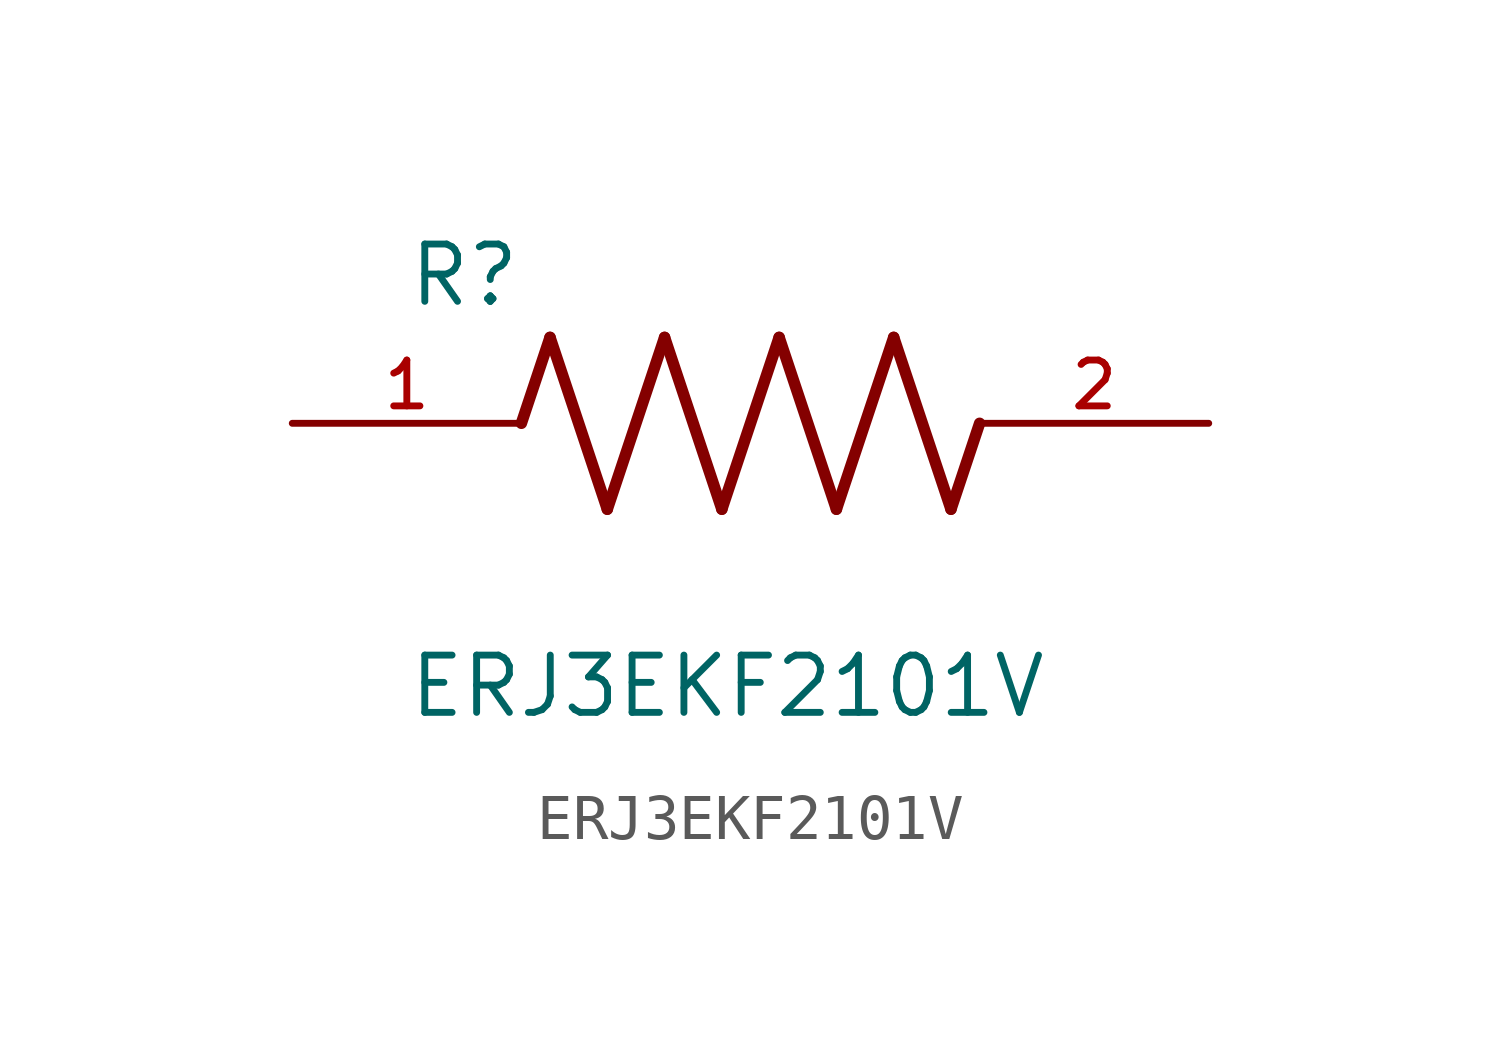
<source format=kicad_sym>
(kicad_symbol_lib
  (version 20211014)
  (generator kicad_symbol_editor)
  (symbol "ERJ3EKF2101V"
    (pin_names
      (offset 1.016))
    (property "Reference" "R"
      (at -7.624 2.541 0)
      (effects (font (size 1.27 1.27)) (justify bottom left)))
    (property "Value" "ERJ3EKF2101V"
      (at -7.624 -5.087 0)
      (effects (font (size 1.27 1.27)) (justify top left)))
    (symbol "ERJ3EKF2101V_0_0"
      (polyline (pts (xy -5.08 0.0) (xy -4.445 1.905)) (stroke (width 0.254)))
      (polyline (pts (xy -4.445 1.905) (xy -3.175 -1.905)) (stroke (width 0.254)))
      (polyline (pts (xy -3.175 -1.905) (xy -1.905 1.905)) (stroke (width 0.254)))
      (polyline (pts (xy -1.905 1.905) (xy -0.635 -1.905)) (stroke (width 0.254)))
      (polyline (pts (xy -0.635 -1.905) (xy 0.635 1.905)) (stroke (width 0.254)))
      (polyline (pts (xy 0.635 1.905) (xy 1.905 -1.905)) (stroke (width 0.254)))
      (polyline (pts (xy 1.905 -1.905) (xy 3.175 1.905)) (stroke (width 0.254)))
      (polyline (pts (xy 3.175 1.905) (xy 4.445 -1.905)) (stroke (width 0.254)))
      (polyline (pts (xy 4.445 -1.905) (xy 5.08 0.0)) (stroke (width 0.254)))
      (pin passive line (at -10.16 0.0 0) (length 5.08) (name "~" (effects (font (size 1.016 1.016)))) (number "1" (effects (font (size 1.016 1.016)))))
      (pin passive line (at 10.16 0.0 180.0) (length 5.08) (name "~" (effects (font (size 1.016 1.016)))) (number "2" (effects (font (size 1.016 1.016))))))))
</source>
